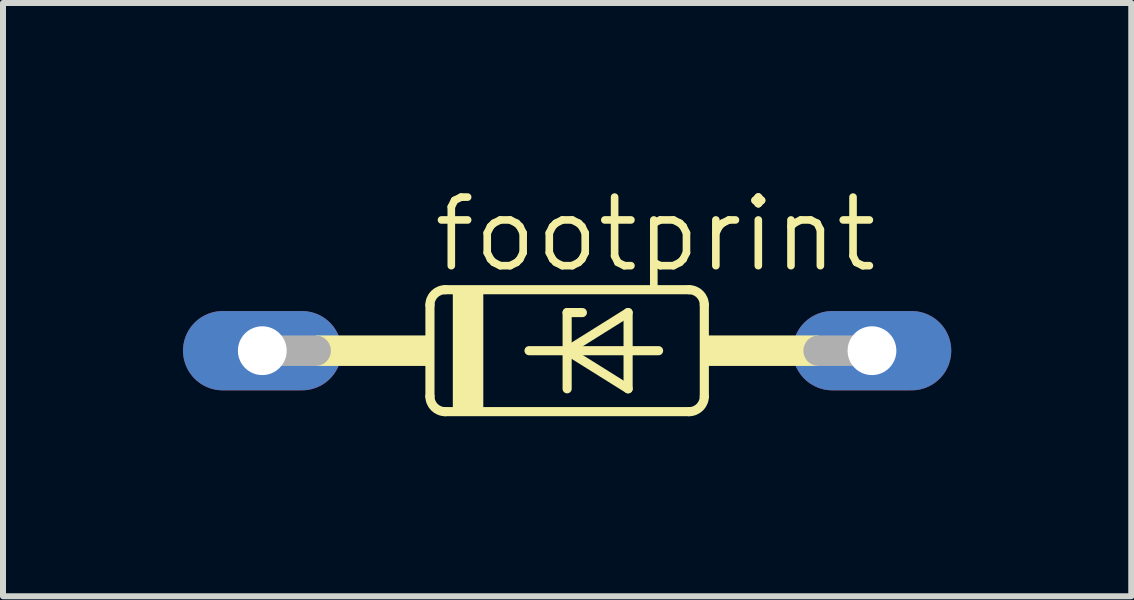
<source format=kicad_pcb>
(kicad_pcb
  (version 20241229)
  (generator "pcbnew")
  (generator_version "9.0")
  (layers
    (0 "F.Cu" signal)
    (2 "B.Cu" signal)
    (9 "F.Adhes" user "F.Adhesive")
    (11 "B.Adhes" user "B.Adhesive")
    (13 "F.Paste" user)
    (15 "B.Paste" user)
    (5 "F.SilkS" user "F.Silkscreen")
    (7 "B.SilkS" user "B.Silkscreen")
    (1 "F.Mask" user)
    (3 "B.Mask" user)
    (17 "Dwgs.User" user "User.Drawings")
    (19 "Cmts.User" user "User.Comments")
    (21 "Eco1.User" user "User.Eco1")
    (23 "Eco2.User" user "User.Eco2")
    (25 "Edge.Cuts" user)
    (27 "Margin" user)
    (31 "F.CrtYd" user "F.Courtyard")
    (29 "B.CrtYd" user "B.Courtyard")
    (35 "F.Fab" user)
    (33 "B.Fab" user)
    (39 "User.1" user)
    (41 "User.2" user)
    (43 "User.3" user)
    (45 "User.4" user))
  (footprint "footprint"
    (layer "F.Cu")
    (at 6.401 2.794)
    (property "Reference" "footprint" (at -2.286 -1.27 0) (layer "F.SilkS") (effects (font (size 1.143 1.143) (thickness 0.127)) (justify left bottom)))
    (fp_line (start -2.286 -0.762) (end -2.286 0.762) (stroke (width 0.152) (type solid)) (layer "F.SilkS"))
    (fp_line (start -2.032 -1.016) (end 2.032 -1.016) (stroke (width 0.152) (type solid)) (layer "F.SilkS"))
    (fp_line (start -2.032 1.016) (end 2.032 1.016) (stroke (width 0.152) (type solid)) (layer "F.SilkS"))
    (fp_line (start -0.635 0) (end 0 0) (stroke (width 0.152) (type solid)) (layer "F.SilkS"))
    (fp_line (start 0 -0.635) (end 0 0) (stroke (width 0.152) (type solid)) (layer "F.SilkS"))
    (fp_line (start 0 0) (end 0 0.635) (stroke (width 0.152) (type solid)) (layer "F.SilkS"))
    (fp_line (start 0 0) (end 1.016 -0.635) (stroke (width 0.152) (type solid)) (layer "F.SilkS"))
    (fp_line (start 0 0) (end 1.524 0) (stroke (width 0.152) (type solid)) (layer "F.SilkS"))
    (fp_line (start 0.254 -0.635) (end 0 -0.635) (stroke (width 0.152) (type solid)) (layer "F.SilkS"))
    (fp_line (start 1.016 -0.635) (end 1.016 0.635) (stroke (width 0.152) (type solid)) (layer "F.SilkS"))
    (fp_line (start 1.016 0.635) (end 0 0) (stroke (width 0.152) (type solid)) (layer "F.SilkS"))
    (fp_line (start 2.286 -0.762) (end 2.286 0.762) (stroke (width 0.152) (type solid)) (layer "F.SilkS"))
    (fp_arc (start -2.286 -0.762) (mid -2.211605 -0.941605) (end -2.032 -1.016) (stroke (width 0.1524) (type solid)) (layer "F.SilkS"))
    (fp_arc (start -2.032 1.016) (mid -2.211605 0.941605) (end -2.286 0.762) (stroke (width 0.1524) (type solid)) (layer "F.SilkS"))
    (fp_arc (start 2.032 -1.016) (mid 2.211605 -0.941605) (end 2.286 -0.762) (stroke (width 0.1524) (type solid)) (layer "F.SilkS"))
    (fp_arc (start 2.286 0.762) (mid 2.211605 0.941605) (end 2.032 1.016) (stroke (width 0.1524) (type solid)) (layer "F.SilkS"))
    (fp_poly (pts (xy -4.191 0.254) (xy -2.286 0.254) (xy -2.286 -0.254) (xy -4.191 -0.254)) (stroke (width 0) (type solid)) (fill yes) (layer "F.SilkS"))
    (fp_poly (pts (xy -1.905 1.016) (xy -1.397 1.016) (xy -1.397 -1.016) (xy -1.905 -1.016)) (stroke (width 0) (type solid)) (fill yes) (layer "F.SilkS"))
    (fp_poly (pts (xy 2.286 0.254) (xy 4.191 0.254) (xy 4.191 -0.254) (xy 2.286 -0.254)) (stroke (width 0) (type solid)) (fill yes) (layer "F.SilkS"))
    (fp_line (start -5.08 0) (end -4.191 0) (stroke (width 0.508) (type solid)) (layer "F.Fab"))
    (fp_line (start 5.08 0) (end 4.191 0) (stroke (width 0.508) (type solid)) (layer "F.Fab"))
    (pad "A" thru_hole oval (at 5.08 0) (size 2.642 1.321) (drill 0.813) (layers "*.Cu" "*.Mask"))
    (pad "C" thru_hole oval (at -5.08 0) (size 2.642 1.321) (drill 0.813) (layers "*.Cu" "*.Mask")))
  (gr_rect
    (start -3 -3)
    (end 15.802 6.886)
    (stroke (width 0.1) (type default))
    (fill no)
    (layer "Edge.Cuts")))
</source>
